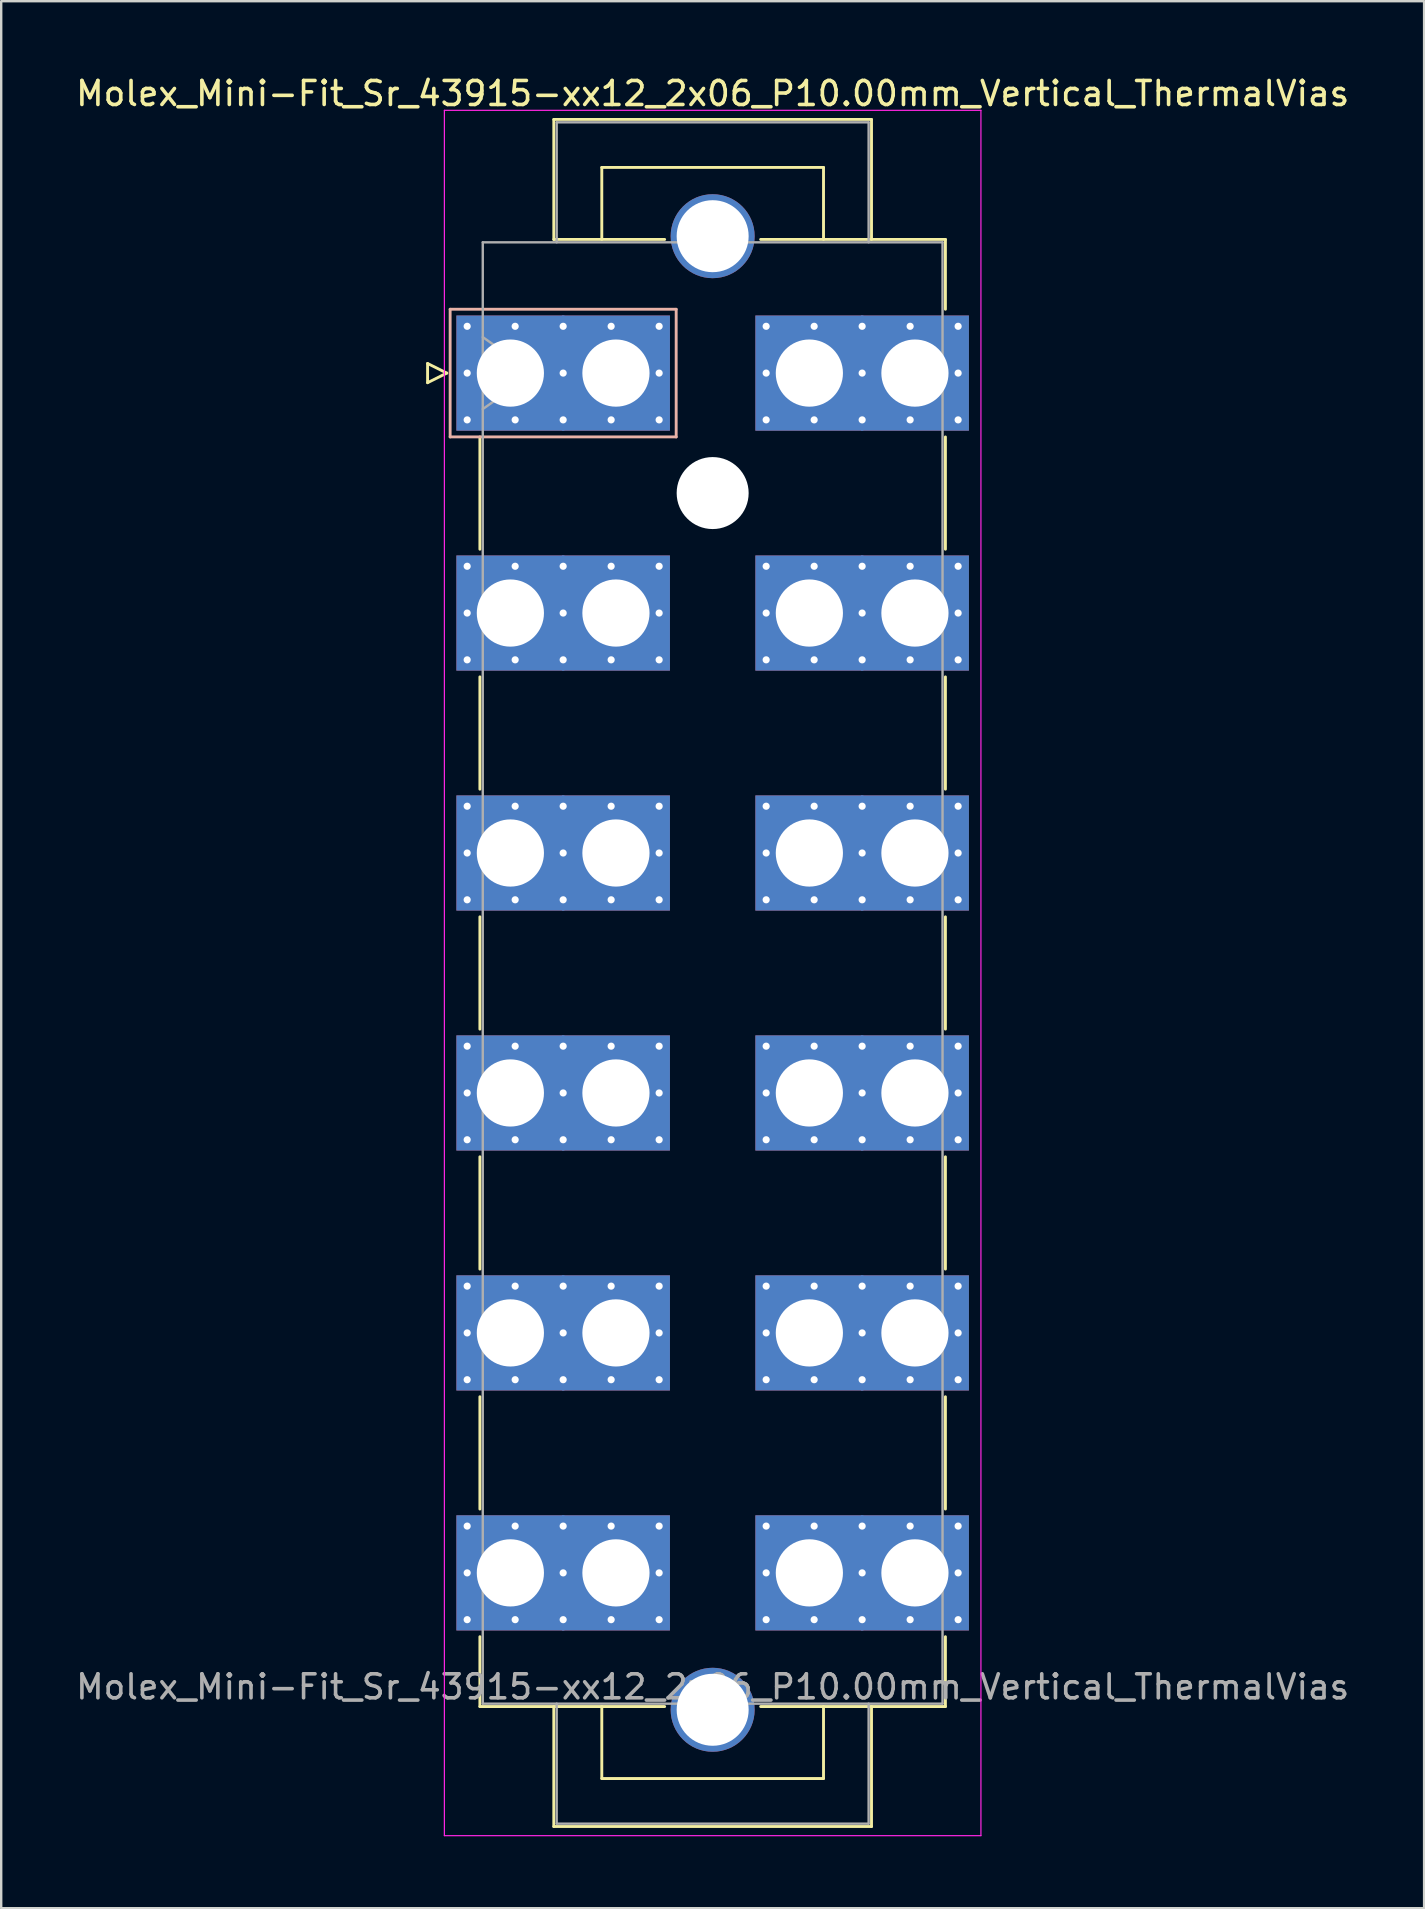
<source format=kicad_pcb>
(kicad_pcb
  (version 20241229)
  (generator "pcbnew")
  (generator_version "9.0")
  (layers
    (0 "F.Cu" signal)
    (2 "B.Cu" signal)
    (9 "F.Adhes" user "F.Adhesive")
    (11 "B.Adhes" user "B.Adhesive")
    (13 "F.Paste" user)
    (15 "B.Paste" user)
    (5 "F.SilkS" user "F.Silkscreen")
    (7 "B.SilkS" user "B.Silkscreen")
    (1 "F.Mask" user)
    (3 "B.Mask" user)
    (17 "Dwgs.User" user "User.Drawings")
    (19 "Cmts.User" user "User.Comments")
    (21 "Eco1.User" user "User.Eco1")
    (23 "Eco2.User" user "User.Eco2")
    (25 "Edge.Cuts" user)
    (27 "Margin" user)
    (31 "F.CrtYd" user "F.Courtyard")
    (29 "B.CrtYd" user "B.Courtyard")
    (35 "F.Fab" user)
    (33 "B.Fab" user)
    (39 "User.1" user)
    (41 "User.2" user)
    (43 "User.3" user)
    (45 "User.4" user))
  (footprint "Molex_Mini-Fit_Sr_43915-xx12_2x06_P10.00mm_Vertical_ThermalVias"
    (layer "F.Cu")
    (at 18.219 12.498)
    (property "Reference" "Molex_Mini-Fit_Sr_43915-xx12_2x06_P10.00mm_Vertical_ThermalVias" (at 8.43 -11.65 0) (layer "F.SilkS") (effects (font (size 1 1) (thickness 0.15))))
    (attr through_hole)
    (fp_line (start -3.45 -0.4) (end -3.45 0.4) (stroke (width 0.12) (type solid)) (layer "F.SilkS"))
    (fp_line (start -3.45 0.4) (end -2.65 0) (stroke (width 0.12) (type solid)) (layer "F.SilkS"))
    (fp_line (start -2.65 0) (end -3.45 -0.4) (stroke (width 0.12) (type solid)) (layer "F.SilkS"))
    (fp_line (start -1.27 2.66) (end -1.27 7.34) (stroke (width 0.12) (type solid)) (layer "F.SilkS"))
    (fp_line (start -1.27 12.66) (end -1.27 17.34) (stroke (width 0.12) (type solid)) (layer "F.SilkS"))
    (fp_line (start -1.27 22.66) (end -1.27 27.34) (stroke (width 0.12) (type solid)) (layer "F.SilkS"))
    (fp_line (start -1.27 32.66) (end -1.27 37.34) (stroke (width 0.12) (type solid)) (layer "F.SilkS"))
    (fp_line (start -1.27 42.66) (end -1.27 47.34) (stroke (width 0.12) (type solid)) (layer "F.SilkS"))
    (fp_line (start -1.27 52.66) (end -1.27 55.57) (stroke (width 0.12) (type solid)) (layer "F.SilkS"))
    (fp_line (start -1.27 55.57) (end 6.43 55.57) (stroke (width 0.12) (type solid)) (layer "F.SilkS"))
    (fp_line (start 1.81 -10.57) (end 15.05 -10.57) (stroke (width 0.12) (type solid)) (layer "F.SilkS"))
    (fp_line (start 1.81 -5.57) (end 1.81 -10.57) (stroke (width 0.12) (type solid)) (layer "F.SilkS"))
    (fp_line (start 1.81 55.57) (end 1.81 60.57) (stroke (width 0.12) (type solid)) (layer "F.SilkS"))
    (fp_line (start 1.81 60.57) (end 15.05 60.57) (stroke (width 0.12) (type solid)) (layer "F.SilkS"))
    (fp_line (start 3.81 -8.57) (end 13.05 -8.57) (stroke (width 0.12) (type solid)) (layer "F.SilkS"))
    (fp_line (start 3.81 -5.57) (end 3.81 -8.57) (stroke (width 0.12) (type solid)) (layer "F.SilkS"))
    (fp_line (start 3.81 55.57) (end 3.81 58.57) (stroke (width 0.12) (type solid)) (layer "F.SilkS"))
    (fp_line (start 3.81 58.57) (end 13.05 58.57) (stroke (width 0.12) (type solid)) (layer "F.SilkS"))
    (fp_line (start 6.43 -5.57) (end 1.81 -5.57) (stroke (width 0.12) (type solid)) (layer "F.SilkS"))
    (fp_line (start 13.05 -8.57) (end 13.05 -5.57) (stroke (width 0.12) (type solid)) (layer "F.SilkS"))
    (fp_line (start 13.05 58.57) (end 13.05 55.57) (stroke (width 0.12) (type solid)) (layer "F.SilkS"))
    (fp_line (start 15.05 -10.57) (end 15.05 -5.57) (stroke (width 0.12) (type solid)) (layer "F.SilkS"))
    (fp_line (start 15.05 60.57) (end 15.05 55.57) (stroke (width 0.12) (type solid)) (layer "F.SilkS"))
    (fp_line (start 18.13 -5.57) (end 10.43 -5.57) (stroke (width 0.12) (type solid)) (layer "F.SilkS"))
    (fp_line (start 18.13 -2.66) (end 18.13 -5.57) (stroke (width 0.12) (type solid)) (layer "F.SilkS"))
    (fp_line (start 18.13 2.66) (end 18.13 7.34) (stroke (width 0.12) (type solid)) (layer "F.SilkS"))
    (fp_line (start 18.13 12.66) (end 18.13 17.34) (stroke (width 0.12) (type solid)) (layer "F.SilkS"))
    (fp_line (start 18.13 22.66) (end 18.13 27.34) (stroke (width 0.12) (type solid)) (layer "F.SilkS"))
    (fp_line (start 18.13 32.66) (end 18.13 37.34) (stroke (width 0.12) (type solid)) (layer "F.SilkS"))
    (fp_line (start 18.13 42.66) (end 18.13 47.34) (stroke (width 0.12) (type solid)) (layer "F.SilkS"))
    (fp_line (start 18.13 52.66) (end 18.13 55.57) (stroke (width 0.12) (type solid)) (layer "F.SilkS"))
    (fp_line (start 18.13 55.57) (end 10.43 55.57) (stroke (width 0.12) (type solid)) (layer "F.SilkS"))
    (fp_line (start -2.51 -2.66) (end -2.51 2.66) (stroke (width 0.12) (type solid)) (layer "B.SilkS"))
    (fp_line (start -2.51 2.66) (end 6.91 2.66) (stroke (width 0.12) (type solid)) (layer "B.SilkS"))
    (fp_line (start 6.91 -2.66) (end -2.51 -2.66) (stroke (width 0.12) (type solid)) (layer "B.SilkS"))
    (fp_line (start 6.91 2.66) (end 6.91 -2.66) (stroke (width 0.12) (type solid)) (layer "B.SilkS"))
    (fp_line (start -2.75 -10.95) (end -2.75 60.95) (stroke (width 0.05) (type solid)) (layer "F.CrtYd"))
    (fp_line (start -2.75 60.95) (end 19.61 60.95) (stroke (width 0.05) (type solid)) (layer "F.CrtYd"))
    (fp_line (start 19.61 -10.95) (end -2.75 -10.95) (stroke (width 0.05) (type solid)) (layer "F.CrtYd"))
    (fp_line (start 19.61 60.95) (end 19.61 -10.95) (stroke (width 0.05) (type solid)) (layer "F.CrtYd"))
    (fp_line (start -1.15 -5.45) (end -1.15 55.45) (stroke (width 0.1) (type solid)) (layer "F.Fab"))
    (fp_line (start -1.15 -1.5) (end 0.971 0) (stroke (width 0.1) (type solid)) (layer "F.Fab"))
    (fp_line (start -1.15 55.45) (end 18.01 55.45) (stroke (width 0.1) (type solid)) (layer "F.Fab"))
    (fp_line (start 0.971 0) (end -1.15 1.5) (stroke (width 0.1) (type solid)) (layer "F.Fab"))
    (fp_line (start 1.93 -10.45) (end 14.93 -10.45) (stroke (width 0.1) (type solid)) (layer "F.Fab"))
    (fp_line (start 1.93 -5.45) (end 1.93 -10.45) (stroke (width 0.1) (type solid)) (layer "F.Fab"))
    (fp_line (start 1.93 55.45) (end 1.93 60.45) (stroke (width 0.1) (type solid)) (layer "F.Fab"))
    (fp_line (start 1.93 60.45) (end 14.93 60.45) (stroke (width 0.1) (type solid)) (layer "F.Fab"))
    (fp_line (start 14.93 -10.45) (end 14.93 -5.45) (stroke (width 0.1) (type solid)) (layer "F.Fab"))
    (fp_line (start 14.93 60.45) (end 14.93 55.45) (stroke (width 0.1) (type solid)) (layer "F.Fab"))
    (fp_line (start 18.01 -5.45) (end -1.15 -5.45) (stroke (width 0.1) (type solid)) (layer "F.Fab"))
    (fp_line (start 18.01 55.45) (end 18.01 -5.45) (stroke (width 0.1) (type solid)) (layer "F.Fab"))
    (fp_text user "${REFERENCE}" (at 8.43 54.75 0) (layer "F.Fab") (effects (font (size 1 1) (thickness 0.15))))
    (pad "" thru_hole circle (at 8.43 -5.705) (size 3.5 3.5) (drill 3) (layers "*.Cu" "*.Mask"))
    (pad "" np_thru_hole circle (at 8.43 5) (size 3 3) (drill 3) (layers "*.Cu" "*.Mask"))
    (pad "" thru_hole circle (at 8.43 55.705) (size 3.5 3.5) (drill 3) (layers "*.Cu" "*.Mask"))
    (pad "1" thru_hole roundrect (at -1.8 -1.95) (size 0.6 0.6) (drill 0.3) (layers "*.Cu" "*.Mask") (roundrect_rratio 0.25))
    (pad "1" thru_hole roundrect (at -1.8 0) (size 0.6 0.6) (drill 0.3) (layers "*.Cu" "*.Mask") (roundrect_rratio 0.25))
    (pad "1" thru_hole roundrect (at -1.8 1.95) (size 0.6 0.6) (drill 0.3) (layers "*.Cu" "*.Mask") (roundrect_rratio 0.25))
    (pad "1" thru_hole rect (at 0 0) (size 4.5 4.8) (drill 2.8) (layers "*.Cu" "*.Mask"))
    (pad "1" thru_hole roundrect (at 0.2 -1.95) (size 0.6 0.6) (drill 0.3) (layers "*.Cu" "*.Mask") (roundrect_rratio 0.25))
    (pad "1" thru_hole roundrect (at 0.2 1.95) (size 0.6 0.6) (drill 0.3) (layers "*.Cu" "*.Mask") (roundrect_rratio 0.25))
    (pad "1" thru_hole roundrect (at 2.2 -1.95) (size 0.6 0.6) (drill 0.3) (layers "*.Cu" "*.Mask") (roundrect_rratio 0.25))
    (pad "1" thru_hole roundrect (at 2.2 0) (size 0.6 0.6) (drill 0.3) (layers "*.Cu" "*.Mask") (roundrect_rratio 0.25))
    (pad "1" thru_hole roundrect (at 2.2 1.95) (size 0.6 0.6) (drill 0.3) (layers "*.Cu" "*.Mask") (roundrect_rratio 0.25))
    (pad "1" thru_hole roundrect (at 4.2 -1.95) (size 0.6 0.6) (drill 0.3) (layers "*.Cu" "*.Mask") (roundrect_rratio 0.25))
    (pad "1" thru_hole roundrect (at 4.2 1.95) (size 0.6 0.6) (drill 0.3) (layers "*.Cu" "*.Mask") (roundrect_rratio 0.25))
    (pad "1" thru_hole rect (at 4.4 0) (size 4.5 4.8) (drill 2.8) (layers "*.Cu" "*.Mask"))
    (pad "1" thru_hole roundrect (at 6.2 -1.95) (size 0.6 0.6) (drill 0.3) (layers "*.Cu" "*.Mask") (roundrect_rratio 0.25))
    (pad "1" thru_hole roundrect (at 6.2 0) (size 0.6 0.6) (drill 0.3) (layers "*.Cu" "*.Mask") (roundrect_rratio 0.25))
    (pad "1" thru_hole roundrect (at 6.2 1.95) (size 0.6 0.6) (drill 0.3) (layers "*.Cu" "*.Mask") (roundrect_rratio 0.25))
    (pad "2" thru_hole circle (at -1.8 8.05) (size 0.6 0.6) (drill 0.3) (layers "*.Cu" "*.Mask"))
    (pad "2" thru_hole circle (at -1.8 10) (size 0.6 0.6) (drill 0.3) (layers "*.Cu" "*.Mask"))
    (pad "2" thru_hole circle (at -1.8 11.95) (size 0.6 0.6) (drill 0.3) (layers "*.Cu" "*.Mask"))
    (pad "2" thru_hole rect (at 0 10) (size 4.5 4.8) (drill 2.8) (layers "*.Cu" "*.Mask"))
    (pad "2" thru_hole circle (at 0.2 8.05) (size 0.6 0.6) (drill 0.3) (layers "*.Cu" "*.Mask"))
    (pad "2" thru_hole circle (at 0.2 11.95) (size 0.6 0.6) (drill 0.3) (layers "*.Cu" "*.Mask"))
    (pad "2" thru_hole circle (at 2.2 8.05) (size 0.6 0.6) (drill 0.3) (layers "*.Cu" "*.Mask"))
    (pad "2" thru_hole circle (at 2.2 10) (size 0.6 0.6) (drill 0.3) (layers "*.Cu" "*.Mask"))
    (pad "2" thru_hole circle (at 2.2 11.95) (size 0.6 0.6) (drill 0.3) (layers "*.Cu" "*.Mask"))
    (pad "2" thru_hole circle (at 4.2 8.05) (size 0.6 0.6) (drill 0.3) (layers "*.Cu" "*.Mask"))
    (pad "2" thru_hole circle (at 4.2 11.95) (size 0.6 0.6) (drill 0.3) (layers "*.Cu" "*.Mask"))
    (pad "2" thru_hole rect (at 4.4 10) (size 4.5 4.8) (drill 2.8) (layers "*.Cu" "*.Mask"))
    (pad "2" thru_hole circle (at 6.2 8.05) (size 0.6 0.6) (drill 0.3) (layers "*.Cu" "*.Mask"))
    (pad "2" thru_hole circle (at 6.2 10) (size 0.6 0.6) (drill 0.3) (layers "*.Cu" "*.Mask"))
    (pad "2" thru_hole circle (at 6.2 11.95) (size 0.6 0.6) (drill 0.3) (layers "*.Cu" "*.Mask"))
    (pad "3" thru_hole circle (at -1.8 18.05) (size 0.6 0.6) (drill 0.3) (layers "*.Cu" "*.Mask"))
    (pad "3" thru_hole circle (at -1.8 20) (size 0.6 0.6) (drill 0.3) (layers "*.Cu" "*.Mask"))
    (pad "3" thru_hole circle (at -1.8 21.95) (size 0.6 0.6) (drill 0.3) (layers "*.Cu" "*.Mask"))
    (pad "3" thru_hole rect (at 0 20) (size 4.5 4.8) (drill 2.8) (layers "*.Cu" "*.Mask"))
    (pad "3" thru_hole circle (at 0.2 18.05) (size 0.6 0.6) (drill 0.3) (layers "*.Cu" "*.Mask"))
    (pad "3" thru_hole circle (at 0.2 21.95) (size 0.6 0.6) (drill 0.3) (layers "*.Cu" "*.Mask"))
    (pad "3" thru_hole circle (at 2.2 18.05) (size 0.6 0.6) (drill 0.3) (layers "*.Cu" "*.Mask"))
    (pad "3" thru_hole circle (at 2.2 20) (size 0.6 0.6) (drill 0.3) (layers "*.Cu" "*.Mask"))
    (pad "3" thru_hole circle (at 2.2 21.95) (size 0.6 0.6) (drill 0.3) (layers "*.Cu" "*.Mask"))
    (pad "3" thru_hole circle (at 4.2 18.05) (size 0.6 0.6) (drill 0.3) (layers "*.Cu" "*.Mask"))
    (pad "3" thru_hole circle (at 4.2 21.95) (size 0.6 0.6) (drill 0.3) (layers "*.Cu" "*.Mask"))
    (pad "3" thru_hole rect (at 4.4 20) (size 4.5 4.8) (drill 2.8) (layers "*.Cu" "*.Mask"))
    (pad "3" thru_hole circle (at 6.2 18.05) (size 0.6 0.6) (drill 0.3) (layers "*.Cu" "*.Mask"))
    (pad "3" thru_hole circle (at 6.2 20) (size 0.6 0.6) (drill 0.3) (layers "*.Cu" "*.Mask"))
    (pad "3" thru_hole circle (at 6.2 21.95) (size 0.6 0.6) (drill 0.3) (layers "*.Cu" "*.Mask"))
    (pad "4" thru_hole circle (at -1.8 28.05) (size 0.6 0.6) (drill 0.3) (layers "*.Cu" "*.Mask"))
    (pad "4" thru_hole circle (at -1.8 30) (size 0.6 0.6) (drill 0.3) (layers "*.Cu" "*.Mask"))
    (pad "4" thru_hole circle (at -1.8 31.95) (size 0.6 0.6) (drill 0.3) (layers "*.Cu" "*.Mask"))
    (pad "4" thru_hole rect (at 0 30) (size 4.5 4.8) (drill 2.8) (layers "*.Cu" "*.Mask"))
    (pad "4" thru_hole circle (at 0.2 28.05) (size 0.6 0.6) (drill 0.3) (layers "*.Cu" "*.Mask"))
    (pad "4" thru_hole circle (at 0.2 31.95) (size 0.6 0.6) (drill 0.3) (layers "*.Cu" "*.Mask"))
    (pad "4" thru_hole circle (at 2.2 28.05) (size 0.6 0.6) (drill 0.3) (layers "*.Cu" "*.Mask"))
    (pad "4" thru_hole circle (at 2.2 30) (size 0.6 0.6) (drill 0.3) (layers "*.Cu" "*.Mask"))
    (pad "4" thru_hole circle (at 2.2 31.95) (size 0.6 0.6) (drill 0.3) (layers "*.Cu" "*.Mask"))
    (pad "4" thru_hole circle (at 4.2 28.05) (size 0.6 0.6) (drill 0.3) (layers "*.Cu" "*.Mask"))
    (pad "4" thru_hole circle (at 4.2 31.95) (size 0.6 0.6) (drill 0.3) (layers "*.Cu" "*.Mask"))
    (pad "4" thru_hole rect (at 4.4 30) (size 4.5 4.8) (drill 2.8) (layers "*.Cu" "*.Mask"))
    (pad "4" thru_hole circle (at 6.2 28.05) (size 0.6 0.6) (drill 0.3) (layers "*.Cu" "*.Mask"))
    (pad "4" thru_hole circle (at 6.2 30) (size 0.6 0.6) (drill 0.3) (layers "*.Cu" "*.Mask"))
    (pad "4" thru_hole circle (at 6.2 31.95) (size 0.6 0.6) (drill 0.3) (layers "*.Cu" "*.Mask"))
    (pad "5" thru_hole circle (at -1.8 38.05) (size 0.6 0.6) (drill 0.3) (layers "*.Cu" "*.Mask"))
    (pad "5" thru_hole circle (at -1.8 40) (size 0.6 0.6) (drill 0.3) (layers "*.Cu" "*.Mask"))
    (pad "5" thru_hole circle (at -1.8 41.95) (size 0.6 0.6) (drill 0.3) (layers "*.Cu" "*.Mask"))
    (pad "5" thru_hole rect (at 0 40) (size 4.5 4.8) (drill 2.8) (layers "*.Cu" "*.Mask"))
    (pad "5" thru_hole circle (at 0.2 38.05) (size 0.6 0.6) (drill 0.3) (layers "*.Cu" "*.Mask"))
    (pad "5" thru_hole circle (at 0.2 41.95) (size 0.6 0.6) (drill 0.3) (layers "*.Cu" "*.Mask"))
    (pad "5" thru_hole circle (at 2.2 38.05) (size 0.6 0.6) (drill 0.3) (layers "*.Cu" "*.Mask"))
    (pad "5" thru_hole circle (at 2.2 40) (size 0.6 0.6) (drill 0.3) (layers "*.Cu" "*.Mask"))
    (pad "5" thru_hole circle (at 2.2 41.95) (size 0.6 0.6) (drill 0.3) (layers "*.Cu" "*.Mask"))
    (pad "5" thru_hole circle (at 4.2 38.05) (size 0.6 0.6) (drill 0.3) (layers "*.Cu" "*.Mask"))
    (pad "5" thru_hole circle (at 4.2 41.95) (size 0.6 0.6) (drill 0.3) (layers "*.Cu" "*.Mask"))
    (pad "5" thru_hole rect (at 4.4 40) (size 4.5 4.8) (drill 2.8) (layers "*.Cu" "*.Mask"))
    (pad "5" thru_hole circle (at 6.2 38.05) (size 0.6 0.6) (drill 0.3) (layers "*.Cu" "*.Mask"))
    (pad "5" thru_hole circle (at 6.2 40) (size 0.6 0.6) (drill 0.3) (layers "*.Cu" "*.Mask"))
    (pad "5" thru_hole circle (at 6.2 41.95) (size 0.6 0.6) (drill 0.3) (layers "*.Cu" "*.Mask"))
    (pad "6" thru_hole circle (at -1.8 48.05) (size 0.6 0.6) (drill 0.3) (layers "*.Cu" "*.Mask"))
    (pad "6" thru_hole circle (at -1.8 50) (size 0.6 0.6) (drill 0.3) (layers "*.Cu" "*.Mask"))
    (pad "6" thru_hole circle (at -1.8 51.95) (size 0.6 0.6) (drill 0.3) (layers "*.Cu" "*.Mask"))
    (pad "6" thru_hole rect (at 0 50) (size 4.5 4.8) (drill 2.8) (layers "*.Cu" "*.Mask"))
    (pad "6" thru_hole circle (at 0.2 48.05) (size 0.6 0.6) (drill 0.3) (layers "*.Cu" "*.Mask"))
    (pad "6" thru_hole circle (at 0.2 51.95) (size 0.6 0.6) (drill 0.3) (layers "*.Cu" "*.Mask"))
    (pad "6" thru_hole circle (at 2.2 48.05) (size 0.6 0.6) (drill 0.3) (layers "*.Cu" "*.Mask"))
    (pad "6" thru_hole circle (at 2.2 50) (size 0.6 0.6) (drill 0.3) (layers "*.Cu" "*.Mask"))
    (pad "6" thru_hole circle (at 2.2 51.95) (size 0.6 0.6) (drill 0.3) (layers "*.Cu" "*.Mask"))
    (pad "6" thru_hole circle (at 4.2 48.05) (size 0.6 0.6) (drill 0.3) (layers "*.Cu" "*.Mask"))
    (pad "6" thru_hole circle (at 4.2 51.95) (size 0.6 0.6) (drill 0.3) (layers "*.Cu" "*.Mask"))
    (pad "6" thru_hole rect (at 4.4 50) (size 4.5 4.8) (drill 2.8) (layers "*.Cu" "*.Mask"))
    (pad "6" thru_hole circle (at 6.2 48.05) (size 0.6 0.6) (drill 0.3) (layers "*.Cu" "*.Mask"))
    (pad "6" thru_hole circle (at 6.2 50) (size 0.6 0.6) (drill 0.3) (layers "*.Cu" "*.Mask"))
    (pad "6" thru_hole circle (at 6.2 51.95) (size 0.6 0.6) (drill 0.3) (layers "*.Cu" "*.Mask"))
    (pad "7" thru_hole circle (at 10.66 -1.95) (size 0.6 0.6) (drill 0.3) (layers "*.Cu" "*.Mask"))
    (pad "7" thru_hole circle (at 10.66 0) (size 0.6 0.6) (drill 0.3) (layers "*.Cu" "*.Mask"))
    (pad "7" thru_hole circle (at 10.66 1.95) (size 0.6 0.6) (drill 0.3) (layers "*.Cu" "*.Mask"))
    (pad "7" thru_hole rect (at 12.46 0) (size 4.5 4.8) (drill 2.8) (layers "*.Cu" "*.Mask"))
    (pad "7" thru_hole circle (at 12.66 -1.95) (size 0.6 0.6) (drill 0.3) (layers "*.Cu" "*.Mask"))
    (pad "7" thru_hole circle (at 12.66 1.95) (size 0.6 0.6) (drill 0.3) (layers "*.Cu" "*.Mask"))
    (pad "7" thru_hole circle (at 14.66 -1.95) (size 0.6 0.6) (drill 0.3) (layers "*.Cu" "*.Mask"))
    (pad "7" thru_hole circle (at 14.66 0) (size 0.6 0.6) (drill 0.3) (layers "*.Cu" "*.Mask"))
    (pad "7" thru_hole circle (at 14.66 1.95) (size 0.6 0.6) (drill 0.3) (layers "*.Cu" "*.Mask"))
    (pad "7" thru_hole circle (at 16.66 -1.95) (size 0.6 0.6) (drill 0.3) (layers "*.Cu" "*.Mask"))
    (pad "7" thru_hole circle (at 16.66 1.95) (size 0.6 0.6) (drill 0.3) (layers "*.Cu" "*.Mask"))
    (pad "7" thru_hole rect (at 16.86 0) (size 4.5 4.8) (drill 2.8) (layers "*.Cu" "*.Mask"))
    (pad "7" thru_hole circle (at 18.66 -1.95) (size 0.6 0.6) (drill 0.3) (layers "*.Cu" "*.Mask"))
    (pad "7" thru_hole circle (at 18.66 0) (size 0.6 0.6) (drill 0.3) (layers "*.Cu" "*.Mask"))
    (pad "7" thru_hole circle (at 18.66 1.95) (size 0.6 0.6) (drill 0.3) (layers "*.Cu" "*.Mask"))
    (pad "8" thru_hole circle (at 10.66 8.05) (size 0.6 0.6) (drill 0.3) (layers "*.Cu" "*.Mask"))
    (pad "8" thru_hole circle (at 10.66 10) (size 0.6 0.6) (drill 0.3) (layers "*.Cu" "*.Mask"))
    (pad "8" thru_hole circle (at 10.66 11.95) (size 0.6 0.6) (drill 0.3) (layers "*.Cu" "*.Mask"))
    (pad "8" thru_hole rect (at 12.46 10) (size 4.5 4.8) (drill 2.8) (layers "*.Cu" "*.Mask"))
    (pad "8" thru_hole circle (at 12.66 8.05) (size 0.6 0.6) (drill 0.3) (layers "*.Cu" "*.Mask"))
    (pad "8" thru_hole circle (at 12.66 11.95) (size 0.6 0.6) (drill 0.3) (layers "*.Cu" "*.Mask"))
    (pad "8" thru_hole circle (at 14.66 8.05) (size 0.6 0.6) (drill 0.3) (layers "*.Cu" "*.Mask"))
    (pad "8" thru_hole circle (at 14.66 10) (size 0.6 0.6) (drill 0.3) (layers "*.Cu" "*.Mask"))
    (pad "8" thru_hole circle (at 14.66 11.95) (size 0.6 0.6) (drill 0.3) (layers "*.Cu" "*.Mask"))
    (pad "8" thru_hole circle (at 16.66 8.05) (size 0.6 0.6) (drill 0.3) (layers "*.Cu" "*.Mask"))
    (pad "8" thru_hole circle (at 16.66 11.95) (size 0.6 0.6) (drill 0.3) (layers "*.Cu" "*.Mask"))
    (pad "8" thru_hole rect (at 16.86 10) (size 4.5 4.8) (drill 2.8) (layers "*.Cu" "*.Mask"))
    (pad "8" thru_hole circle (at 18.66 8.05) (size 0.6 0.6) (drill 0.3) (layers "*.Cu" "*.Mask"))
    (pad "8" thru_hole circle (at 18.66 10) (size 0.6 0.6) (drill 0.3) (layers "*.Cu" "*.Mask"))
    (pad "8" thru_hole circle (at 18.66 11.95) (size 0.6 0.6) (drill 0.3) (layers "*.Cu" "*.Mask"))
    (pad "9" thru_hole circle (at 10.66 18.05) (size 0.6 0.6) (drill 0.3) (layers "*.Cu" "*.Mask"))
    (pad "9" thru_hole circle (at 10.66 20) (size 0.6 0.6) (drill 0.3) (layers "*.Cu" "*.Mask"))
    (pad "9" thru_hole circle (at 10.66 21.95) (size 0.6 0.6) (drill 0.3) (layers "*.Cu" "*.Mask"))
    (pad "9" thru_hole rect (at 12.46 20) (size 4.5 4.8) (drill 2.8) (layers "*.Cu" "*.Mask"))
    (pad "9" thru_hole circle (at 12.66 18.05) (size 0.6 0.6) (drill 0.3) (layers "*.Cu" "*.Mask"))
    (pad "9" thru_hole circle (at 12.66 21.95) (size 0.6 0.6) (drill 0.3) (layers "*.Cu" "*.Mask"))
    (pad "9" thru_hole circle (at 14.66 18.05) (size 0.6 0.6) (drill 0.3) (layers "*.Cu" "*.Mask"))
    (pad "9" thru_hole circle (at 14.66 20) (size 0.6 0.6) (drill 0.3) (layers "*.Cu" "*.Mask"))
    (pad "9" thru_hole circle (at 14.66 21.95) (size 0.6 0.6) (drill 0.3) (layers "*.Cu" "*.Mask"))
    (pad "9" thru_hole circle (at 16.66 18.05) (size 0.6 0.6) (drill 0.3) (layers "*.Cu" "*.Mask"))
    (pad "9" thru_hole circle (at 16.66 21.95) (size 0.6 0.6) (drill 0.3) (layers "*.Cu" "*.Mask"))
    (pad "9" thru_hole rect (at 16.86 20) (size 4.5 4.8) (drill 2.8) (layers "*.Cu" "*.Mask"))
    (pad "9" thru_hole circle (at 18.66 18.05) (size 0.6 0.6) (drill 0.3) (layers "*.Cu" "*.Mask"))
    (pad "9" thru_hole circle (at 18.66 20) (size 0.6 0.6) (drill 0.3) (layers "*.Cu" "*.Mask"))
    (pad "9" thru_hole circle (at 18.66 21.95) (size 0.6 0.6) (drill 0.3) (layers "*.Cu" "*.Mask"))
    (pad "10" thru_hole circle (at 10.66 28.05) (size 0.6 0.6) (drill 0.3) (layers "*.Cu" "*.Mask"))
    (pad "10" thru_hole circle (at 10.66 30) (size 0.6 0.6) (drill 0.3) (layers "*.Cu" "*.Mask"))
    (pad "10" thru_hole circle (at 10.66 31.95) (size 0.6 0.6) (drill 0.3) (layers "*.Cu" "*.Mask"))
    (pad "10" thru_hole rect (at 12.46 30) (size 4.5 4.8) (drill 2.8) (layers "*.Cu" "*.Mask"))
    (pad "10" thru_hole circle (at 12.66 28.05) (size 0.6 0.6) (drill 0.3) (layers "*.Cu" "*.Mask"))
    (pad "10" thru_hole circle (at 12.66 31.95) (size 0.6 0.6) (drill 0.3) (layers "*.Cu" "*.Mask"))
    (pad "10" thru_hole circle (at 14.66 28.05) (size 0.6 0.6) (drill 0.3) (layers "*.Cu" "*.Mask"))
    (pad "10" thru_hole circle (at 14.66 30) (size 0.6 0.6) (drill 0.3) (layers "*.Cu" "*.Mask"))
    (pad "10" thru_hole circle (at 14.66 31.95) (size 0.6 0.6) (drill 0.3) (layers "*.Cu" "*.Mask"))
    (pad "10" thru_hole circle (at 16.66 28.05) (size 0.6 0.6) (drill 0.3) (layers "*.Cu" "*.Mask"))
    (pad "10" thru_hole circle (at 16.66 31.95) (size 0.6 0.6) (drill 0.3) (layers "*.Cu" "*.Mask"))
    (pad "10" thru_hole rect (at 16.86 30) (size 4.5 4.8) (drill 2.8) (layers "*.Cu" "*.Mask"))
    (pad "10" thru_hole circle (at 18.66 28.05) (size 0.6 0.6) (drill 0.3) (layers "*.Cu" "*.Mask"))
    (pad "10" thru_hole circle (at 18.66 30) (size 0.6 0.6) (drill 0.3) (layers "*.Cu" "*.Mask"))
    (pad "10" thru_hole circle (at 18.66 31.95) (size 0.6 0.6) (drill 0.3) (layers "*.Cu" "*.Mask"))
    (pad "11" thru_hole circle (at 10.66 38.05) (size 0.6 0.6) (drill 0.3) (layers "*.Cu" "*.Mask"))
    (pad "11" thru_hole circle (at 10.66 40) (size 0.6 0.6) (drill 0.3) (layers "*.Cu" "*.Mask"))
    (pad "11" thru_hole circle (at 10.66 41.95) (size 0.6 0.6) (drill 0.3) (layers "*.Cu" "*.Mask"))
    (pad "11" thru_hole rect (at 12.46 40) (size 4.5 4.8) (drill 2.8) (layers "*.Cu" "*.Mask"))
    (pad "11" thru_hole circle (at 12.66 38.05) (size 0.6 0.6) (drill 0.3) (layers "*.Cu" "*.Mask"))
    (pad "11" thru_hole circle (at 12.66 41.95) (size 0.6 0.6) (drill 0.3) (layers "*.Cu" "*.Mask"))
    (pad "11" thru_hole circle (at 14.66 38.05) (size 0.6 0.6) (drill 0.3) (layers "*.Cu" "*.Mask"))
    (pad "11" thru_hole circle (at 14.66 40) (size 0.6 0.6) (drill 0.3) (layers "*.Cu" "*.Mask"))
    (pad "11" thru_hole circle (at 14.66 41.95) (size 0.6 0.6) (drill 0.3) (layers "*.Cu" "*.Mask"))
    (pad "11" thru_hole circle (at 16.66 38.05) (size 0.6 0.6) (drill 0.3) (layers "*.Cu" "*.Mask"))
    (pad "11" thru_hole circle (at 16.66 41.95) (size 0.6 0.6) (drill 0.3) (layers "*.Cu" "*.Mask"))
    (pad "11" thru_hole rect (at 16.86 40) (size 4.5 4.8) (drill 2.8) (layers "*.Cu" "*.Mask"))
    (pad "11" thru_hole circle (at 18.66 38.05) (size 0.6 0.6) (drill 0.3) (layers "*.Cu" "*.Mask"))
    (pad "11" thru_hole circle (at 18.66 40) (size 0.6 0.6) (drill 0.3) (layers "*.Cu" "*.Mask"))
    (pad "11" thru_hole circle (at 18.66 41.95) (size 0.6 0.6) (drill 0.3) (layers "*.Cu" "*.Mask"))
    (pad "12" thru_hole circle (at 10.66 48.05) (size 0.6 0.6) (drill 0.3) (layers "*.Cu" "*.Mask"))
    (pad "12" thru_hole circle (at 10.66 50) (size 0.6 0.6) (drill 0.3) (layers "*.Cu" "*.Mask"))
    (pad "12" thru_hole circle (at 10.66 51.95) (size 0.6 0.6) (drill 0.3) (layers "*.Cu" "*.Mask"))
    (pad "12" thru_hole rect (at 12.46 50) (size 4.5 4.8) (drill 2.8) (layers "*.Cu" "*.Mask"))
    (pad "12" thru_hole circle (at 12.66 48.05) (size 0.6 0.6) (drill 0.3) (layers "*.Cu" "*.Mask"))
    (pad "12" thru_hole circle (at 12.66 51.95) (size 0.6 0.6) (drill 0.3) (layers "*.Cu" "*.Mask"))
    (pad "12" thru_hole circle (at 14.66 48.05) (size 0.6 0.6) (drill 0.3) (layers "*.Cu" "*.Mask"))
    (pad "12" thru_hole circle (at 14.66 50) (size 0.6 0.6) (drill 0.3) (layers "*.Cu" "*.Mask"))
    (pad "12" thru_hole circle (at 14.66 51.95) (size 0.6 0.6) (drill 0.3) (layers "*.Cu" "*.Mask"))
    (pad "12" thru_hole circle (at 16.66 48.05) (size 0.6 0.6) (drill 0.3) (layers "*.Cu" "*.Mask"))
    (pad "12" thru_hole circle (at 16.66 51.95) (size 0.6 0.6) (drill 0.3) (layers "*.Cu" "*.Mask"))
    (pad "12" thru_hole rect (at 16.86 50) (size 4.5 4.8) (drill 2.8) (layers "*.Cu" "*.Mask"))
    (pad "12" thru_hole circle (at 18.66 48.05) (size 0.6 0.6) (drill 0.3) (layers "*.Cu" "*.Mask"))
    (pad "12" thru_hole circle (at 18.66 50) (size 0.6 0.6) (drill 0.3) (layers "*.Cu" "*.Mask"))
    (pad "12" thru_hole circle (at 18.66 51.95) (size 0.6 0.6) (drill 0.3) (layers "*.Cu" "*.Mask")))
  (gr_rect
    (start -3 -3)
    (end 56.298 76.473)
    (stroke (width 0.1) (type default))
    (fill no)
    (layer "Edge.Cuts")))
</source>
